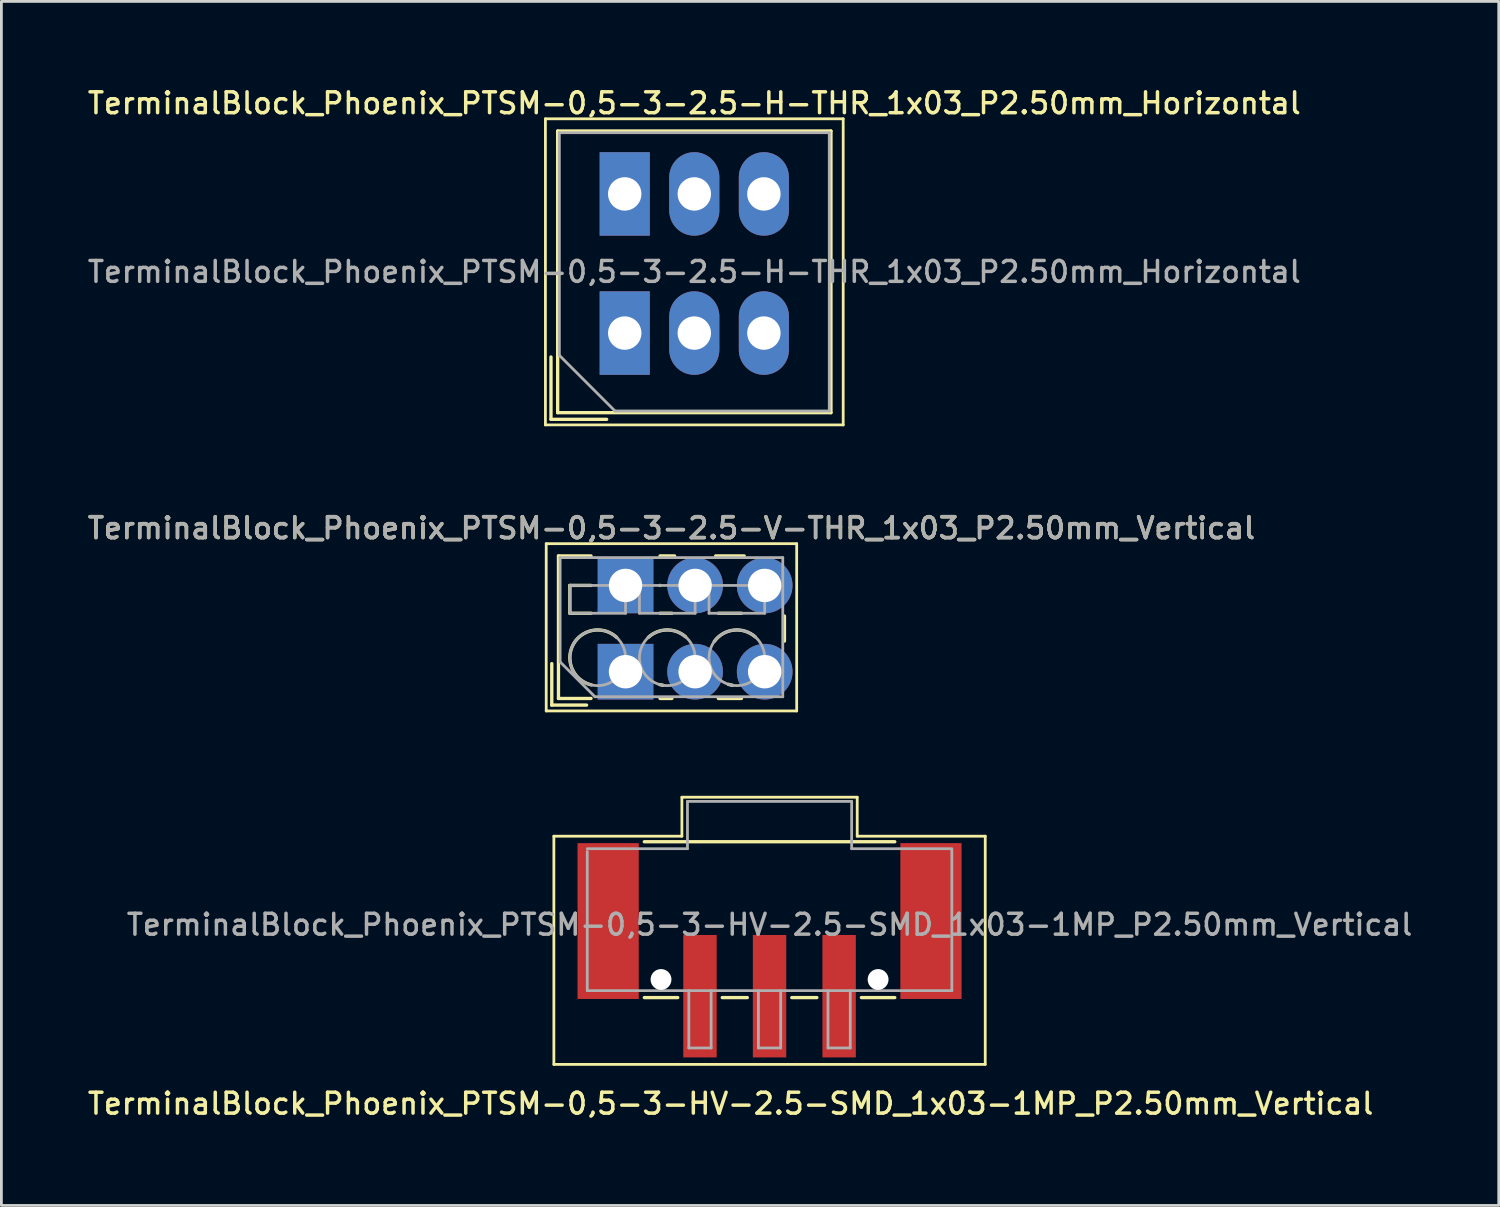
<source format=kicad_pcb>
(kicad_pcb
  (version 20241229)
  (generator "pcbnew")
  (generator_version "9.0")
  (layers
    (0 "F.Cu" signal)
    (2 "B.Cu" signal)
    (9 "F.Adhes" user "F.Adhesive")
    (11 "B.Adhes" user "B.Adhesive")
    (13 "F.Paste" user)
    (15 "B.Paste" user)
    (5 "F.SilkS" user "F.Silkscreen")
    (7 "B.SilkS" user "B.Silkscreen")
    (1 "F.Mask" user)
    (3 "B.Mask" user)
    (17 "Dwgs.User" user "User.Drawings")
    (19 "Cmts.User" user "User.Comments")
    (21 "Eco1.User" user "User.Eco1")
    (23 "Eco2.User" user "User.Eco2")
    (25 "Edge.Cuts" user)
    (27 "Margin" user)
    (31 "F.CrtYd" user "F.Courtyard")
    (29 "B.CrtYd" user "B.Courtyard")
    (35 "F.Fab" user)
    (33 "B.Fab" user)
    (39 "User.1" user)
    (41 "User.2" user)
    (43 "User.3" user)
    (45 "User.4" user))
  (footprint "TerminalBlock_Phoenix_PTSM-0,5-3-2.5-H-THR_1x03_P2.50mm_Horizontal"
    (layer "F.Cu")
    (at 19.398 8.918)
    (property "Reference" "TerminalBlock_Phoenix_PTSM-0,5-3-2.5-H-THR_1x03_P2.50mm_Horizontal" (at 2.5 -8.26 0) (layer "F.SilkS") (effects (font (size 0.75 0.75) (thickness 0.125))))
    (attr through_hole)
    (fp_line (start -2.85 -7.7) (end -2.85 3.3) (stroke (width 0.1) (type solid)) (layer "F.SilkS"))
    (fp_line (start -2.85 3.3) (end 7.85 3.3) (stroke (width 0.1) (type solid)) (layer "F.SilkS"))
    (fp_line (start -2.65 0.86) (end -2.65 3.1) (stroke (width 0.12) (type solid)) (layer "F.SilkS"))
    (fp_line (start -2.65 3.1) (end -0.65 3.1) (stroke (width 0.12) (type solid)) (layer "F.SilkS"))
    (fp_line (start -2.41 -7.26) (end -2.41 2.86) (stroke (width 0.12) (type solid)) (layer "F.SilkS"))
    (fp_line (start -2.41 -7.26) (end 7.41 -7.26) (stroke (width 0.12) (type solid)) (layer "F.SilkS"))
    (fp_line (start -2.41 2.86) (end 7.41 2.86) (stroke (width 0.12) (type solid)) (layer "F.SilkS"))
    (fp_line (start 7.41 -7.26) (end 7.41 2.86) (stroke (width 0.12) (type solid)) (layer "F.SilkS"))
    (fp_line (start 7.85 -7.7) (end -2.85 -7.7) (stroke (width 0.1) (type solid)) (layer "F.SilkS"))
    (fp_line (start 7.85 3.3) (end 7.85 -7.7) (stroke (width 0.1) (type solid)) (layer "F.SilkS"))
    (fp_line (start -2.35 -7.2) (end 7.35 -7.2) (stroke (width 0.1) (type solid)) (layer "F.Fab"))
    (fp_line (start -2.35 0.8) (end -2.35 -7.2) (stroke (width 0.1) (type solid)) (layer "F.Fab"))
    (fp_line (start -0.35 2.8) (end -2.35 0.8) (stroke (width 0.1) (type solid)) (layer "F.Fab"))
    (fp_line (start 7.35 -7.2) (end 7.35 2.8) (stroke (width 0.1) (type solid)) (layer "F.Fab"))
    (fp_line (start 7.35 2.8) (end -0.35 2.8) (stroke (width 0.1) (type solid)) (layer "F.Fab"))
    (fp_text user "${REFERENCE}" (at 2.5 -2.2 0) (layer "F.Fab") (effects (font (size 0.75 0.75) (thickness 0.125))))
    (pad "1" thru_hole rect (at 0 -5) (size 1.8 3) (drill 1.2) (layers "*.Cu" "*.Mask"))
    (pad "1" thru_hole rect (at 0 0) (size 1.8 3) (drill 1.2) (layers "*.Cu" "*.Mask"))
    (pad "2" thru_hole oval (at 2.5 -5) (size 1.8 3) (drill 1.2) (layers "*.Cu" "*.Mask"))
    (pad "2" thru_hole oval (at 2.5 0) (size 1.8 3) (drill 1.2) (layers "*.Cu" "*.Mask"))
    (pad "3" thru_hole oval (at 5 -5) (size 1.8 3) (drill 1.2) (layers "*.Cu" "*.Mask"))
    (pad "3" thru_hole oval (at 5 0) (size 1.8 3) (drill 1.2) (layers "*.Cu" "*.Mask")))
  (footprint "TerminalBlock_Phoenix_PTSM-0,5-3-HV-2.5-SMD_1x03-1MP_P2.50mm_Vertical"
    (layer "F.Cu")
    (at 24.602 31.096)
    (property "Reference" "TerminalBlock_Phoenix_PTSM-0,5-3-HV-2.5-SMD_1x03-1MP_P2.50mm_Vertical" (at -1.4 5.51 0) (layer "F.SilkS") (effects (font (size 0.75 0.75) (thickness 0.125))))
    (attr smd)
    (fp_line (start -7.75 -4.1) (end -3.15 -4.1) (stroke (width 0.1) (type solid)) (layer "F.SilkS"))
    (fp_line (start -7.75 4.1) (end -7.75 -4.1) (stroke (width 0.1) (type solid)) (layer "F.SilkS"))
    (fp_line (start -4.5 -3.9) (end 4.5 -3.9) (stroke (width 0.12) (type solid)) (layer "F.SilkS"))
    (fp_line (start -3.3 1.7) (end -4.5 1.7) (stroke (width 0.12) (type solid)) (layer "F.SilkS"))
    (fp_line (start -3.15 -5.5) (end 3.15 -5.5) (stroke (width 0.1) (type solid)) (layer "F.SilkS"))
    (fp_line (start -3.15 -4.1) (end -3.15 -5.5) (stroke (width 0.1) (type solid)) (layer "F.SilkS"))
    (fp_line (start -0.8 1.7) (end -1.7 1.7) (stroke (width 0.12) (type solid)) (layer "F.SilkS"))
    (fp_line (start 1.7 1.7) (end 0.8 1.7) (stroke (width 0.12) (type solid)) (layer "F.SilkS"))
    (fp_line (start 3.15 -4.1) (end 3.15 -5.5) (stroke (width 0.1) (type solid)) (layer "F.SilkS"))
    (fp_line (start 4.5 1.7) (end 3.3 1.7) (stroke (width 0.12) (type solid)) (layer "F.SilkS"))
    (fp_line (start 7.75 -4.1) (end 3.15 -4.1) (stroke (width 0.1) (type solid)) (layer "F.SilkS"))
    (fp_line (start 7.75 -4.1) (end 7.75 4.1) (stroke (width 0.1) (type solid)) (layer "F.SilkS"))
    (fp_line (start 7.75 4.1) (end -7.75 4.1) (stroke (width 0.1) (type solid)) (layer "F.SilkS"))
    (fp_line (start -6.55 -3.65) (end -2.95 -3.65) (stroke (width 0.1) (type solid)) (layer "F.Fab"))
    (fp_line (start -6.55 1.45) (end -6.55 -3.55) (stroke (width 0.1) (type solid)) (layer "F.Fab"))
    (fp_line (start -2.95 -5.35) (end 2.95 -5.35) (stroke (width 0.1) (type solid)) (layer "F.Fab"))
    (fp_line (start -2.95 -3.65) (end -2.95 -5.35) (stroke (width 0.1) (type solid)) (layer "F.Fab"))
    (fp_line (start -2.9 1.45) (end -2.9 3.51) (stroke (width 0.1) (type solid)) (layer "F.Fab"))
    (fp_line (start -2.9 3.51) (end -2.1 3.51) (stroke (width 0.1) (type solid)) (layer "F.Fab"))
    (fp_line (start -2.1 1.45) (end -2.1 3.51) (stroke (width 0.1) (type solid)) (layer "F.Fab"))
    (fp_line (start -0.4 1.45) (end -0.4 3.51) (stroke (width 0.1) (type solid)) (layer "F.Fab"))
    (fp_line (start -0.4 3.51) (end 0.4 3.51) (stroke (width 0.1) (type solid)) (layer "F.Fab"))
    (fp_line (start 0.4 1.45) (end 0.4 3.51) (stroke (width 0.1) (type solid)) (layer "F.Fab"))
    (fp_line (start 2.1 1.45) (end 2.1 3.51) (stroke (width 0.1) (type solid)) (layer "F.Fab"))
    (fp_line (start 2.1 3.51) (end 2.9 3.51) (stroke (width 0.1) (type solid)) (layer "F.Fab"))
    (fp_line (start 2.9 1.45) (end 2.9 3.51) (stroke (width 0.1) (type solid)) (layer "F.Fab"))
    (fp_line (start 2.95 -5.35) (end 2.95 -3.65) (stroke (width 0.1) (type solid)) (layer "F.Fab"))
    (fp_line (start 2.95 -3.65) (end 6.55 -3.65) (stroke (width 0.1) (type solid)) (layer "F.Fab"))
    (fp_line (start 6.55 1.45) (end -6.55 1.45) (stroke (width 0.1) (type solid)) (layer "F.Fab"))
    (fp_line (start 6.55 1.45) (end 6.55 -3.6) (stroke (width 0.1) (type solid)) (layer "F.Fab"))
    (fp_text user "${REFERENCE}" (at 0 -0.92 0) (layer "F.Fab") (effects (font (size 0.75 0.75) (thickness 0.125))))
    (pad "" np_thru_hole circle (at -3.9 1.05) (size 0.75 0.75) (drill 1) (layers "*.Cu" "*.Mask"))
    (pad "" np_thru_hole circle (at 3.9 1.05) (size 0.75 0.75) (drill 1) (layers "*.Cu" "*.Mask"))
    (pad "1" smd rect (at -2.5 1.65 180) (size 1.2 4.4) (layers "F.Cu" "F.Mask" "F.Paste"))
    (pad "2" smd rect (at 0 1.65 180) (size 1.2 4.4) (layers "F.Cu" "F.Mask" "F.Paste"))
    (pad "3" smd rect (at 2.5 1.65 180) (size 1.2 4.4) (layers "F.Cu" "F.Mask" "F.Paste"))
    (pad "MP" smd rect (at -5.8 -1.05 180) (size 2.2 5.6) (layers "F.Cu" "F.Mask" "F.Paste"))
    (pad "MP" smd rect (at 5.8 -1.05 180) (size 2.2 5.6) (layers "F.Cu" "F.Mask" "F.Paste")))
  (footprint "TerminalBlock_Phoenix_PTSM-0,5-3-2.5-V-THR_1x03_P2.50mm_Vertical"
    (layer "F.Cu")
    (at 19.427 21.086)
    (property "Reference" "TerminalBlock_Phoenix_PTSM-0,5-3-2.5-V-THR_1x03_P2.50mm_Vertical" (at 1.65 -5.16 0) (layer "F.SilkS") (effects (font (size 0.75 0.75) (thickness 0.125))))
    (attr through_hole)
    (fp_line (start -2.85 -4.6) (end -2.85 1.41) (stroke (width 0.1) (type solid)) (layer "F.SilkS"))
    (fp_line (start -2.85 1.41) (end 6.15 1.41) (stroke (width 0.1) (type solid)) (layer "F.SilkS"))
    (fp_line (start -2.65 -0.29) (end -2.65 1.2) (stroke (width 0.12) (type solid)) (layer "F.SilkS"))
    (fp_line (start -2.65 1.2) (end -1.4 1.2) (stroke (width 0.12) (type solid)) (layer "F.SilkS"))
    (fp_line (start -2.41 -4.16) (end -2.41 0.961) (stroke (width 0.12) (type solid)) (layer "F.SilkS"))
    (fp_line (start -2.41 -4.16) (end -1.24 -4.16) (stroke (width 0.12) (type solid)) (layer "F.SilkS"))
    (fp_line (start -2.41 0.961) (end -1.24 0.961) (stroke (width 0.12) (type solid)) (layer "F.SilkS"))
    (fp_line (start -2 -3.1) (end -2 -2.1) (stroke (width 0.12) (type solid)) (layer "F.SilkS"))
    (fp_line (start -2 -3.1) (end -1.24 -3.1) (stroke (width 0.12) (type solid)) (layer "F.SilkS"))
    (fp_line (start -2 -2.1) (end -1.24 -2.1) (stroke (width 0.12) (type solid)) (layer "F.SilkS"))
    (fp_line (start 1.24 -4.16) (end 1.763 -4.16) (stroke (width 0.12) (type solid)) (layer "F.SilkS"))
    (fp_line (start 1.24 -3.1) (end 1.245 -3.1) (stroke (width 0.12) (type solid)) (layer "F.SilkS"))
    (fp_line (start 1.24 -2.1) (end 1.665 -2.1) (stroke (width 0.12) (type solid)) (layer "F.SilkS"))
    (fp_line (start 1.24 0.961) (end 1.665 0.961) (stroke (width 0.12) (type solid)) (layer "F.SilkS"))
    (fp_line (start 3.238 -4.16) (end 4.263 -4.16) (stroke (width 0.12) (type solid)) (layer "F.SilkS"))
    (fp_line (start 3.336 -2.1) (end 4.165 -2.1) (stroke (width 0.12) (type solid)) (layer "F.SilkS"))
    (fp_line (start 3.336 0.961) (end 4.165 0.961) (stroke (width 0.12) (type solid)) (layer "F.SilkS"))
    (fp_line (start 5.71 -2) (end 5.71 -1.1) (stroke (width 0.12) (type solid)) (layer "F.SilkS"))
    (fp_line (start 6.15 -4.6) (end -2.85 -4.6) (stroke (width 0.1) (type solid)) (layer "F.SilkS"))
    (fp_line (start 6.15 1.41) (end 6.15 -4.6) (stroke (width 0.1) (type solid)) (layer "F.SilkS"))
    (fp_arc (start -1.224629 0.474931) (mid -1.883573 -0.969306) (end -0.318 -1.232) (stroke (width 0.12) (type solid)) (layer "F.SilkS"))
    (fp_arc (start 0.817811 -1.23232) (mid 1.483053 -1.500693) (end 2.157 -1.255) (stroke (width 0.12) (type solid)) (layer "F.SilkS"))
    (fp_arc (start 1.344288 0.488343) (mid 1.284242 0.476994) (end 1.225 0.462) (stroke (width 0.12) (type solid)) (layer "F.SilkS"))
    (fp_arc (start 3.190612 -1.088697) (mid 3.887218 -1.494461) (end 4.657 -1.255) (stroke (width 0.12) (type solid)) (layer "F.SilkS"))
    (fp_arc (start 3.84373 0.488618) (mid 3.766646 0.47331) (end 3.691 0.452) (stroke (width 0.12) (type solid)) (layer "F.SilkS"))
    (fp_line (start -2.35 -4.1) (end 5.65 -4.1) (stroke (width 0.1) (type solid)) (layer "F.Fab"))
    (fp_line (start -2.35 -0.35) (end -2.35 -4.1) (stroke (width 0.1) (type solid)) (layer "F.Fab"))
    (fp_line (start -2 -3.1) (end -2 -2.1) (stroke (width 0.1) (type solid)) (layer "F.Fab"))
    (fp_line (start -2 -2.1) (end 0 -2.1) (stroke (width 0.1) (type solid)) (layer "F.Fab"))
    (fp_line (start -1.1 0.9) (end -2.35 -0.35) (stroke (width 0.1) (type solid)) (layer "F.Fab"))
    (fp_line (start 0 -3.1) (end -2 -3.1) (stroke (width 0.1) (type solid)) (layer "F.Fab"))
    (fp_line (start 0 -2.1) (end 0 -3.1) (stroke (width 0.1) (type solid)) (layer "F.Fab"))
    (fp_line (start 0.5 -3.1) (end 0.5 -2.1) (stroke (width 0.1) (type solid)) (layer "F.Fab"))
    (fp_line (start 0.5 -2.1) (end 2.5 -2.1) (stroke (width 0.1) (type solid)) (layer "F.Fab"))
    (fp_line (start 2.5 -3.1) (end 0.5 -3.1) (stroke (width 0.1) (type solid)) (layer "F.Fab"))
    (fp_line (start 2.5 -2.1) (end 2.5 -3.1) (stroke (width 0.1) (type solid)) (layer "F.Fab"))
    (fp_line (start 3 -3.1) (end 3 -2.1) (stroke (width 0.1) (type solid)) (layer "F.Fab"))
    (fp_line (start 3 -2.1) (end 5 -2.1) (stroke (width 0.1) (type solid)) (layer "F.Fab"))
    (fp_line (start 5 -3.1) (end 3 -3.1) (stroke (width 0.1) (type solid)) (layer "F.Fab"))
    (fp_line (start 5 -2.1) (end 5 -3.1) (stroke (width 0.1) (type solid)) (layer "F.Fab"))
    (fp_line (start 5.65 -4.1) (end 5.65 0.9) (stroke (width 0.1) (type solid)) (layer "F.Fab"))
    (fp_line (start 5.65 0.9) (end -1.1 0.9) (stroke (width 0.1) (type solid)) (layer "F.Fab"))
    (fp_circle (center -1 -0.5) (end 0 -0.5) (stroke (width 0.1) (type solid)) (fill no) (layer "F.Fab"))
    (fp_circle (center 1.5 -0.5) (end 2.5 -0.5) (stroke (width 0.1) (type solid)) (fill no) (layer "F.Fab"))
    (fp_circle (center 4 -0.5) (end 5 -0.5) (stroke (width 0.1) (type solid)) (fill no) (layer "F.Fab"))
    (fp_text user "${REFERENCE}" (at 1.65 -5.16 0) (layer "F.Fab") (effects (font (size 0.75 0.75) (thickness 0.125))))
    (pad "1" thru_hole rect (at 0 -3.1) (size 2 2) (drill 1.2) (layers "*.Cu" "*.Mask"))
    (pad "1" thru_hole rect (at 0 0) (size 2 2) (drill 1.2) (layers "*.Cu" "*.Mask"))
    (pad "2" thru_hole circle (at 2.5 -3.1) (size 2 2) (drill 1.2) (layers "*.Cu" "*.Mask"))
    (pad "2" thru_hole circle (at 2.5 0) (size 2 2) (drill 1.2) (layers "*.Cu" "*.Mask"))
    (pad "3" thru_hole circle (at 5 -3.1) (size 2 2) (drill 1.2) (layers "*.Cu" "*.Mask"))
    (pad "3" thru_hole circle (at 5 0) (size 2 2) (drill 1.2) (layers "*.Cu" "*.Mask")))
  (gr_rect
    (start -3 -3)
    (end 50.804 40.264)
    (stroke (width 0.1) (type default))
    (fill no)
    (layer "Edge.Cuts")))
</source>
